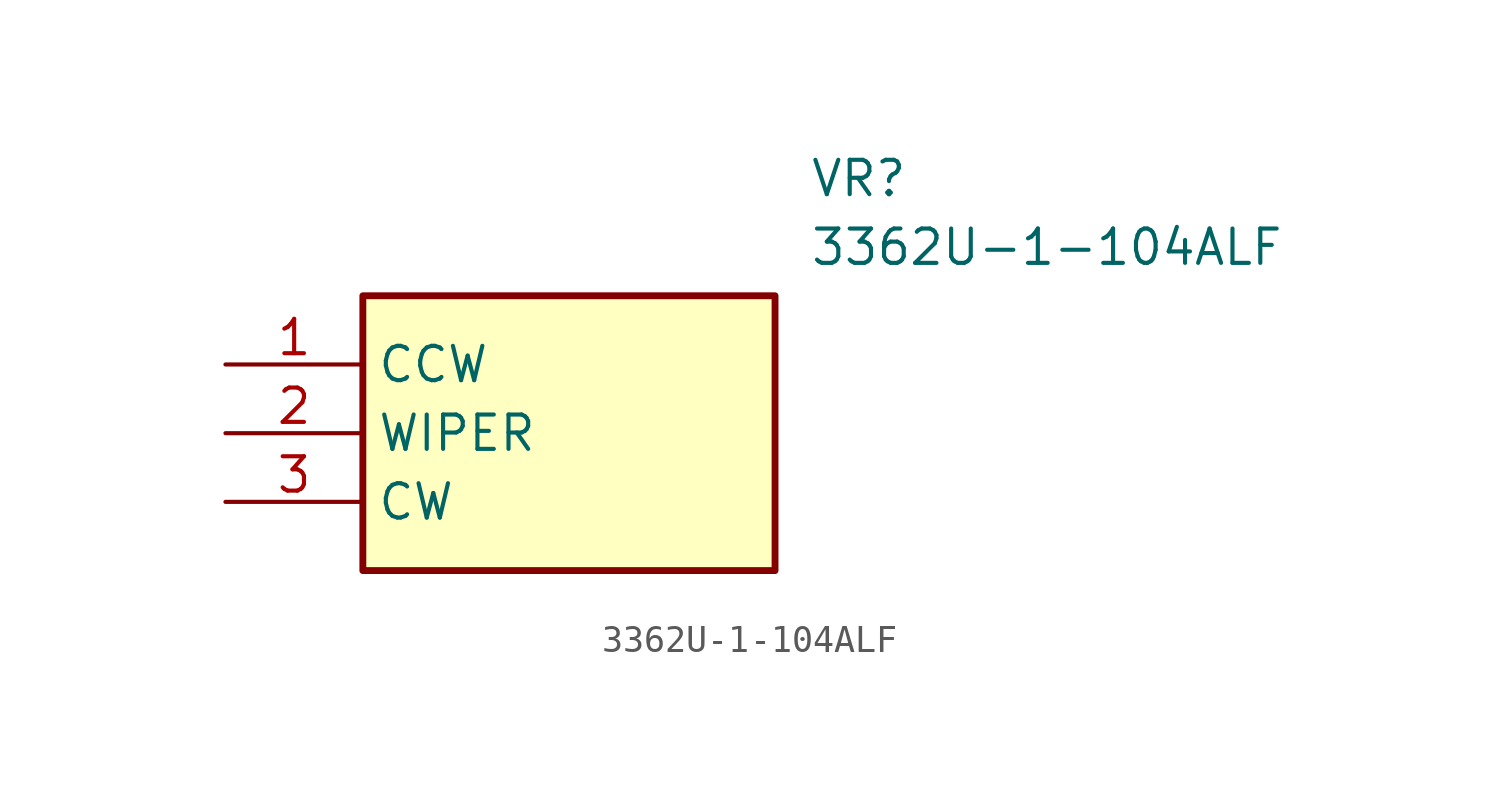
<source format=kicad_sym>
(kicad_symbol_lib
  (version 20211014)
  (generator SamacSys_ECAD_Model)
  (symbol "3362U-1-104ALF"
    (property "Reference" "VR"
      (at 21.59 7.62 0)
      (effects (font (size 1.27 1.27)) (justify left top)))
    (property "Value" "3362U-1-104ALF"
      (at 21.59 5.08 0)
      (effects (font (size 1.27 1.27)) (justify left top)))
    (rectangle
      (start 5.08 2.54)
      (end 20.32 -7.62)
      (stroke (width 0.254) (type default))
      (fill (type background)))
    (pin passive line
      (at 0 0 0)
      (length 5.08)
      (name "CCW" (effects (font (size 1.27 1.27))))
      (number "1" (effects (font (size 1.27 1.27)))))
    (pin passive line
      (at 0 -2.54 0)
      (length 5.08)
      (name "WIPER" (effects (font (size 1.27 1.27))))
      (number "2" (effects (font (size 1.27 1.27)))))
    (pin passive line
      (at 0 -5.08 0)
      (length 5.08)
      (name "CW" (effects (font (size 1.27 1.27))))
      (number "3" (effects (font (size 1.27 1.27)))))))
</source>
